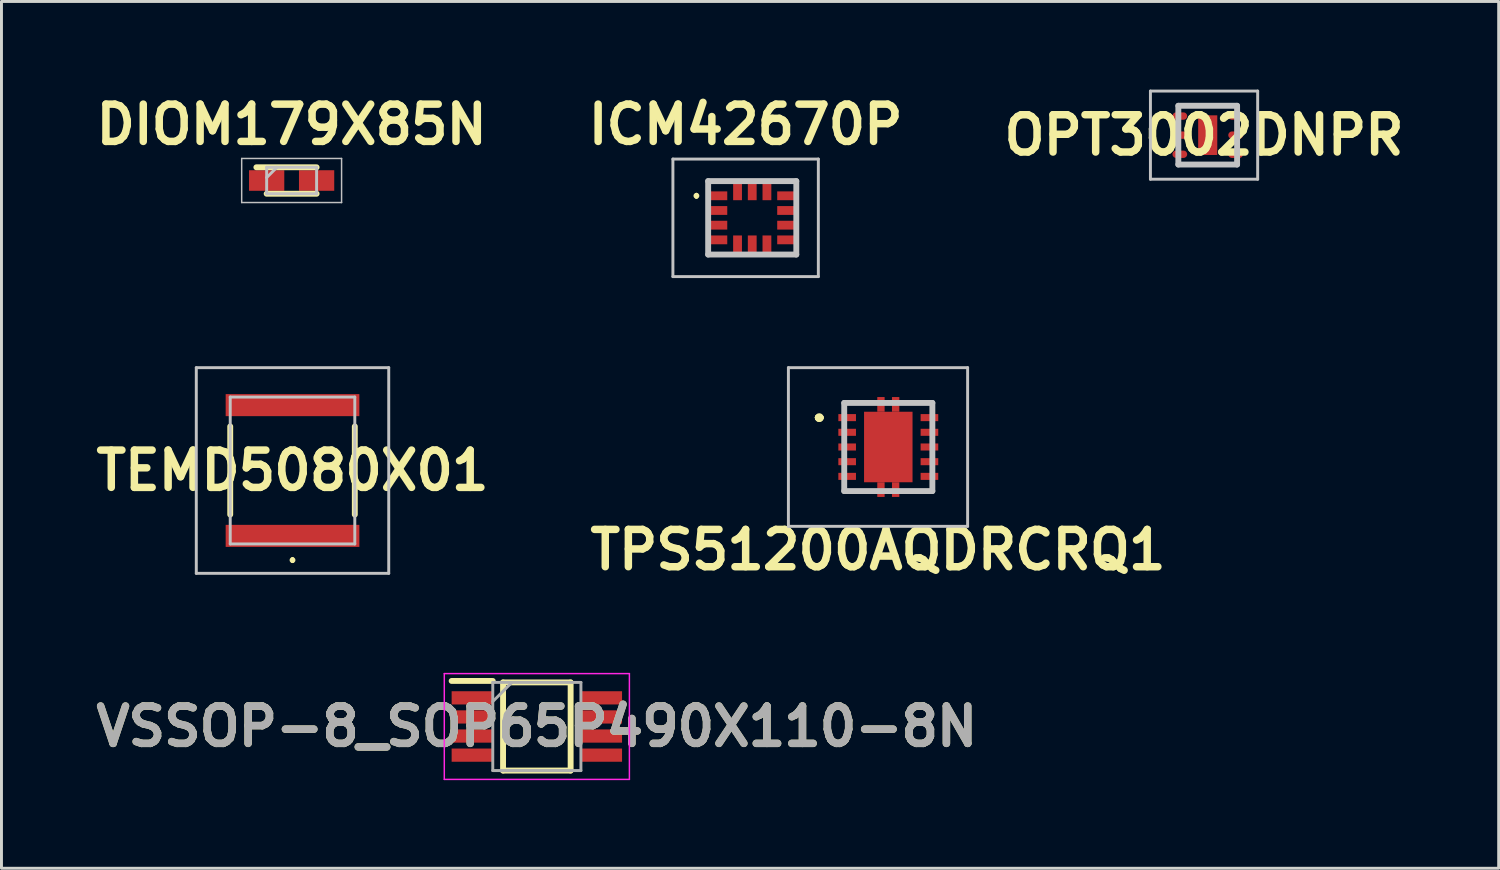
<source format=kicad_pcb>
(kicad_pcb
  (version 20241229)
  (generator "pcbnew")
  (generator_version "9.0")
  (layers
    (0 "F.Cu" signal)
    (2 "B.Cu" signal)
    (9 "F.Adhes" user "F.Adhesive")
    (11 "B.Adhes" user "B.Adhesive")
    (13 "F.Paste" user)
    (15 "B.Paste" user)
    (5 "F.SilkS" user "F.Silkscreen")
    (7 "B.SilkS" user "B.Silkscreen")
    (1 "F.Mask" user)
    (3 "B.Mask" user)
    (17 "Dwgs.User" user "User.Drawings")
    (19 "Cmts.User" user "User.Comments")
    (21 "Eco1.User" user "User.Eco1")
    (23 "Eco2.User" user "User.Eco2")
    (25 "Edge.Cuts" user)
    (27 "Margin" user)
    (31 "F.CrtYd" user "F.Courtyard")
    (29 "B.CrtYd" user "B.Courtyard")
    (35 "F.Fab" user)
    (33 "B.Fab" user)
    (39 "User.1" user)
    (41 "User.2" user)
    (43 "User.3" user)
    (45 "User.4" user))
  (footprint "ICM42670P"
    (layer "F.Cu")
    (at 22.553 4.364)
    (property "Reference" "ICM42670P" (at -0.225 -3.175 0) (layer "F.SilkS") (effects (font (size 1.27 1.27) (thickness 0.254))))
    (attr smd)
    (fp_line (start -1.9 -0.8) (end -1.9 -0.8) (stroke (width 0.1) (type solid)) (layer "F.SilkS"))
    (fp_line (start -1.9 -0.7) (end -1.9 -0.7) (stroke (width 0.1) (type solid)) (layer "F.SilkS"))
    (fp_line (start -1.5 -1.25) (end -0.8 -1.25) (stroke (width 0.1) (type solid)) (layer "F.SilkS"))
    (fp_line (start -1.5 -1) (end -1.5 -1.25) (stroke (width 0.1) (type solid)) (layer "F.SilkS"))
    (fp_line (start -1.5 1.1) (end -1.5 1.25) (stroke (width 0.1) (type solid)) (layer "F.SilkS"))
    (fp_line (start -1.5 1.25) (end -0.8 1.25) (stroke (width 0.1) (type solid)) (layer "F.SilkS"))
    (fp_line (start 0.8 -1.25) (end 1.5 -1.25) (stroke (width 0.1) (type solid)) (layer "F.SilkS"))
    (fp_line (start 0.8 1.25) (end 1.5 1.25) (stroke (width 0.1) (type solid)) (layer "F.SilkS"))
    (fp_line (start 1.5 -1.25) (end 1.5 -1) (stroke (width 0.1) (type solid)) (layer "F.SilkS"))
    (fp_line (start 1.5 1.25) (end 1.5 1) (stroke (width 0.1) (type solid)) (layer "F.SilkS"))
    (fp_arc (start -1.9 -0.8) (mid -1.85 -0.75) (end -1.9 -0.7) (stroke (width 0.1) (type solid)) (layer "F.SilkS"))
    (fp_arc (start -1.9 -0.7) (mid -1.95 -0.75) (end -1.9 -0.8) (stroke (width 0.1) (type solid)) (layer "F.SilkS"))
    (fp_line (start -2.7 -2) (end 2.25 -2) (stroke (width 0.1) (type solid)) (layer "Dwgs.User"))
    (fp_line (start -2.7 2) (end -2.7 -2) (stroke (width 0.1) (type solid)) (layer "Dwgs.User"))
    (fp_line (start -1.5 -1.25) (end 1.5 -1.25) (stroke (width 0.2) (type solid)) (layer "Dwgs.User"))
    (fp_line (start -1.5 1.25) (end -1.5 -1.25) (stroke (width 0.2) (type solid)) (layer "Dwgs.User"))
    (fp_line (start 1.5 -1.25) (end 1.5 1.25) (stroke (width 0.2) (type solid)) (layer "Dwgs.User"))
    (fp_line (start 1.5 1.25) (end -1.5 1.25) (stroke (width 0.2) (type solid)) (layer "Dwgs.User"))
    (fp_line (start 2.25 -2) (end 2.25 2) (stroke (width 0.1) (type solid)) (layer "Dwgs.User"))
    (fp_line (start 2.25 2) (end -2.7 2) (stroke (width 0.1) (type solid)) (layer "Dwgs.User"))
    (pad "1" smd rect (at -1.15 -0.75 90) (size 0.3 0.6) (layers "F.Cu" "F.Mask" "F.Paste"))
    (pad "2" smd rect (at -1.15 -0.25 90) (size 0.3 0.6) (layers "F.Cu" "F.Mask" "F.Paste"))
    (pad "3" smd rect (at -1.15 0.25 90) (size 0.3 0.6) (layers "F.Cu" "F.Mask" "F.Paste"))
    (pad "4" smd rect (at -1.15 0.75 90) (size 0.3 0.6) (layers "F.Cu" "F.Mask" "F.Paste"))
    (pad "5" smd rect (at -0.5 0.9) (size 0.3 0.6) (layers "F.Cu" "F.Mask" "F.Paste"))
    (pad "6" smd rect (at 0 0.9) (size 0.3 0.6) (layers "F.Cu" "F.Mask" "F.Paste"))
    (pad "7" smd rect (at 0.5 0.9) (size 0.3 0.6) (layers "F.Cu" "F.Mask" "F.Paste"))
    (pad "8" smd rect (at 1.15 0.75 90) (size 0.3 0.6) (layers "F.Cu" "F.Mask" "F.Paste"))
    (pad "9" smd rect (at 1.15 0.25 90) (size 0.3 0.6) (layers "F.Cu" "F.Mask" "F.Paste"))
    (pad "10" smd rect (at 1.15 -0.25 90) (size 0.3 0.6) (layers "F.Cu" "F.Mask" "F.Paste"))
    (pad "11" smd rect (at 1.15 -0.75 90) (size 0.3 0.6) (layers "F.Cu" "F.Mask" "F.Paste"))
    (pad "12" smd rect (at 0.5 -0.9) (size 0.3 0.6) (layers "F.Cu" "F.Mask" "F.Paste"))
    (pad "13" smd rect (at 0 -0.9) (size 0.3 0.6) (layers "F.Cu" "F.Mask" "F.Paste"))
    (pad "14" smd rect (at -0.5 -0.9) (size 0.3 0.6) (layers "F.Cu" "F.Mask" "F.Paste")))
  (footprint "TPS51200AQDRCRQ1"
    (layer "F.Cu")
    (at 27.184 12.164)
    (property "Reference" "TPS51200AQDRCRQ1" (at -0.35 3.5 0) (layer "F.SilkS") (effects (font (size 1.27 1.27) (thickness 0.254))))
    (attr smd)
    (fp_line (start -2.4 -1) (end -2.4 -1) (stroke (width 0.2) (type solid)) (layer "F.SilkS"))
    (fp_line (start -2.4 -1) (end -2.4 -1) (stroke (width 0.2) (type solid)) (layer "F.SilkS"))
    (fp_line (start -2.3 -1) (end -2.3 -1) (stroke (width 0.2) (type solid)) (layer "F.SilkS"))
    (fp_arc (start -2.4 -1) (mid -2.35 -1.05) (end -2.3 -1) (stroke (width 0.2) (type solid)) (layer "F.SilkS"))
    (fp_arc (start -2.3 -1) (mid -2.35 -0.95) (end -2.4 -1) (stroke (width 0.2) (type solid)) (layer "F.SilkS"))
    (fp_arc (start -2.3 -1) (mid -2.35 -0.95) (end -2.4 -1) (stroke (width 0.2) (type solid)) (layer "F.SilkS"))
    (fp_line (start -3.4 -2.7) (end 2.7 -2.7) (stroke (width 0.1) (type solid)) (layer "Dwgs.User"))
    (fp_line (start -3.4 2.7) (end -3.4 -2.7) (stroke (width 0.1) (type solid)) (layer "Dwgs.User"))
    (fp_line (start -1.5 -1.5) (end -1.5 1.5) (stroke (width 0.2) (type solid)) (layer "Dwgs.User"))
    (fp_line (start -1.5 1.5) (end 1.5 1.5) (stroke (width 0.2) (type solid)) (layer "Dwgs.User"))
    (fp_line (start 1.5 -1.5) (end -1.5 -1.5) (stroke (width 0.2) (type solid)) (layer "Dwgs.User"))
    (fp_line (start 1.5 1.5) (end 1.5 -1.5) (stroke (width 0.2) (type solid)) (layer "Dwgs.User"))
    (fp_line (start 2.7 -2.7) (end 2.7 2.7) (stroke (width 0.1) (type solid)) (layer "Dwgs.User"))
    (fp_line (start 2.7 2.7) (end -3.4 2.7) (stroke (width 0.1) (type solid)) (layer "Dwgs.User"))
    (pad "1" smd rect (at -1.4 -1 90) (size 0.24 0.6) (layers "F.Cu" "F.Mask" "F.Paste"))
    (pad "2" smd rect (at -1.4 -0.5 90) (size 0.24 0.6) (layers "F.Cu" "F.Mask" "F.Paste"))
    (pad "3" smd rect (at -1.4 0 90) (size 0.24 0.6) (layers "F.Cu" "F.Mask" "F.Paste"))
    (pad "4" smd rect (at -1.4 0.5 90) (size 0.24 0.6) (layers "F.Cu" "F.Mask" "F.Paste"))
    (pad "5" smd rect (at -1.4 1 90) (size 0.24 0.6) (layers "F.Cu" "F.Mask" "F.Paste"))
    (pad "6" smd rect (at 1.4 1 90) (size 0.24 0.6) (layers "F.Cu" "F.Mask" "F.Paste"))
    (pad "7" smd rect (at 1.4 0.5 90) (size 0.24 0.6) (layers "F.Cu" "F.Mask" "F.Paste"))
    (pad "8" smd rect (at 1.4 0 90) (size 0.24 0.6) (layers "F.Cu" "F.Mask" "F.Paste"))
    (pad "9" smd rect (at 1.4 -0.5 90) (size 0.24 0.6) (layers "F.Cu" "F.Mask" "F.Paste"))
    (pad "10" smd rect (at 1.4 -1 90) (size 0.24 0.6) (layers "F.Cu" "F.Mask" "F.Paste"))
    (pad "11" smd rect (at 0 0) (size 1.65 2.4) (layers "F.Cu" "F.Mask" "F.Paste"))
    (pad "12" smd rect (at -0.25 1.45) (size 0.25 0.5) (layers "F.Cu" "F.Mask" "F.Paste"))
    (pad "13" smd rect (at 0.25 1.45) (size 0.25 0.5) (layers "F.Cu" "F.Mask" "F.Paste"))
    (pad "14" smd rect (at 0.25 -1.45) (size 0.25 0.5) (layers "F.Cu" "F.Mask" "F.Paste"))
    (pad "15" smd rect (at -0.25 -1.45) (size 0.25 0.5) (layers "F.Cu" "F.Mask" "F.Paste")))
  (footprint "OPT3002DNPR"
    (layer "F.Cu")
    (at 37.931 1.55)
    (property "Reference" "OPT3002DNPR" (at 0 0 0) (layer "F.SilkS") (effects (font (size 1.27 1.27) (thickness 0.254))))
    (attr smd)
    (fp_line (start -1.275 -0.7) (end -1.275 -0.7) (stroke (width 0.1) (type solid)) (layer "F.SilkS"))
    (fp_line (start -1.275 -0.6) (end -1.275 -0.6) (stroke (width 0.1) (type solid)) (layer "F.SilkS"))
    (fp_line (start -0.775 -1) (end 1.025 -1) (stroke (width 0.1) (type solid)) (layer "F.SilkS"))
    (fp_line (start -0.775 1) (end 1.025 1) (stroke (width 0.1) (type solid)) (layer "F.SilkS"))
    (fp_arc (start -1.275 -0.7) (mid -1.225 -0.65) (end -1.275 -0.6) (stroke (width 0.1) (type solid)) (layer "F.SilkS"))
    (fp_arc (start -1.275 -0.6) (mid -1.325 -0.65) (end -1.275 -0.7) (stroke (width 0.1) (type solid)) (layer "F.SilkS"))
    (fp_line (start -1.825 -1.5) (end 1.825 -1.5) (stroke (width 0.1) (type solid)) (layer "Dwgs.User"))
    (fp_line (start -1.825 1.5) (end -1.825 -1.5) (stroke (width 0.1) (type solid)) (layer "Dwgs.User"))
    (fp_line (start -0.875 -1) (end 1.125 -1) (stroke (width 0.2) (type solid)) (layer "Dwgs.User"))
    (fp_line (start -0.875 1) (end -0.875 -1) (stroke (width 0.2) (type solid)) (layer "Dwgs.User"))
    (fp_line (start 1.125 -1) (end 1.125 1) (stroke (width 0.2) (type solid)) (layer "Dwgs.User"))
    (fp_line (start 1.125 1) (end -0.875 1) (stroke (width 0.2) (type solid)) (layer "Dwgs.User"))
    (fp_line (start 1.825 -1.5) (end 1.825 1.5) (stroke (width 0.1) (type solid)) (layer "Dwgs.User"))
    (fp_line (start 1.825 1.5) (end -1.825 1.5) (stroke (width 0.1) (type solid)) (layer "Dwgs.User"))
    (pad "1" smd oval (at -0.825 -0.65 90) (size 0.25 0.5) (layers "F.Cu" "F.Mask" "F.Paste"))
    (pad "2" smd oval (at -0.825 0 90) (size 0.25 0.5) (layers "F.Cu" "F.Mask" "F.Paste"))
    (pad "3" smd oval (at -0.825 0.65 90) (size 0.25 0.5) (layers "F.Cu" "F.Mask" "F.Paste"))
    (pad "4" smd oval (at 1.075 0.65 90) (size 0.25 0.5) (layers "F.Cu" "F.Mask" "F.Paste"))
    (pad "5" smd oval (at 1.075 0 90) (size 0.25 0.5) (layers "F.Cu" "F.Mask" "F.Paste"))
    (pad "6" smd oval (at 1.075 -0.65 90) (size 0.25 0.5) (layers "F.Cu" "F.Mask" "F.Paste"))
    (pad "7" smd rect (at 0.125 0) (size 0.65 1.35) (layers "F.Cu" "F.Mask" "F.Paste")))
  (footprint "DIOM179X85N"
    (layer "F.Cu")
    (at 6.876 3.094)
    (property "Reference" "DIOM179X85N" (at 0 -1.905 0) (layer "F.SilkS") (effects (font (size 1.27 1.27) (thickness 0.254))))
    (attr smd)
    (fp_line (start -0.85 0.45) (end 0.85 0.45) (stroke (width 0.2) (type solid)) (layer "F.SilkS"))
    (fp_line (start 0.85 -0.45) (end -1.2 -0.45) (stroke (width 0.2) (type solid)) (layer "F.SilkS"))
    (fp_line (start -1.7 -0.75) (end 1.7 -0.75) (stroke (width 0.05) (type solid)) (layer "Dwgs.User"))
    (fp_line (start -1.7 0.75) (end -1.7 -0.75) (stroke (width 0.05) (type solid)) (layer "Dwgs.User"))
    (fp_line (start -0.85 -0.45) (end 0.85 -0.45) (stroke (width 0.1) (type solid)) (layer "Dwgs.User"))
    (fp_line (start -0.85 -0.1) (end -0.5 -0.45) (stroke (width 0.1) (type solid)) (layer "Dwgs.User"))
    (fp_line (start -0.85 0.45) (end -0.85 -0.45) (stroke (width 0.1) (type solid)) (layer "Dwgs.User"))
    (fp_line (start 0.85 -0.45) (end 0.85 0.45) (stroke (width 0.1) (type solid)) (layer "Dwgs.User"))
    (fp_line (start 0.85 0.45) (end -0.85 0.45) (stroke (width 0.1) (type solid)) (layer "Dwgs.User"))
    (fp_line (start 1.7 -0.75) (end 1.7 0.75) (stroke (width 0.05) (type solid)) (layer "Dwgs.User"))
    (fp_line (start 1.7 0.75) (end -1.7 0.75) (stroke (width 0.05) (type solid)) (layer "Dwgs.User"))
    (pad "1" smd rect (at -0.85 0 90) (size 0.7 1.2) (layers "F.Cu" "F.Mask" "F.Paste"))
    (pad "2" smd rect (at 0.85 0 90) (size 0.7 1.2) (layers "F.Cu" "F.Mask" "F.Paste")))
  (footprint "TEMD5080X01"
    (layer "F.Cu")
    (at 6.906 12.964)
    (property "Reference" "TEMD5080X01" (at 0 0 0) (layer "F.SilkS") (effects (font (size 1.27 1.27) (thickness 0.254))))
    (attr smd)
    (fp_line (start -2.12 -1.5) (end -2.12 1.5) (stroke (width 0.2) (type solid)) (layer "F.SilkS"))
    (fp_line (start 0 3) (end 0 3) (stroke (width 0.1) (type solid)) (layer "F.SilkS"))
    (fp_line (start 0 3.1) (end 0 3.1) (stroke (width 0.1) (type solid)) (layer "F.SilkS"))
    (fp_line (start 2.12 -1.5) (end 2.12 1.5) (stroke (width 0.2) (type solid)) (layer "F.SilkS"))
    (fp_arc (start 0 3) (mid 0.05 3.05) (end 0 3.1) (stroke (width 0.1) (type solid)) (layer "F.SilkS"))
    (fp_arc (start 0 3.1) (mid -0.05 3.05) (end 0 3) (stroke (width 0.1) (type solid)) (layer "F.SilkS"))
    (fp_line (start -3.275 -3.5) (end 3.275 -3.5) (stroke (width 0.1) (type solid)) (layer "Dwgs.User"))
    (fp_line (start -3.275 3.5) (end -3.275 -3.5) (stroke (width 0.1) (type solid)) (layer "Dwgs.User"))
    (fp_line (start -2.12 -2.5) (end 2.12 -2.5) (stroke (width 0.1) (type solid)) (layer "Dwgs.User"))
    (fp_line (start -2.12 2.5) (end -2.12 -2.5) (stroke (width 0.1) (type solid)) (layer "Dwgs.User"))
    (fp_line (start 2.12 -2.5) (end 2.12 2.5) (stroke (width 0.1) (type solid)) (layer "Dwgs.User"))
    (fp_line (start 2.12 2.5) (end -2.12 2.5) (stroke (width 0.1) (type solid)) (layer "Dwgs.User"))
    (fp_line (start 3.275 -3.5) (end 3.275 3.5) (stroke (width 0.1) (type solid)) (layer "Dwgs.User"))
    (fp_line (start 3.275 3.5) (end -3.275 3.5) (stroke (width 0.1) (type solid)) (layer "Dwgs.User"))
    (pad "1" smd rect (at 0 2.225 90) (size 0.75 4.55) (layers "F.Cu" "F.Mask" "F.Paste"))
    (pad "2" smd rect (at 0 -2.225 90) (size 0.75 4.55) (layers "F.Cu" "F.Mask" "F.Paste")))
  (footprint "VSSOP-8_SOP65P490X110-8N"
    (layer "F.Cu")
    (at 15.222 21.677)
    (property "Reference" "VSSOP-8_SOP65P490X110-8N" (at 0 0 0) (layer "F.SilkS") (effects (font (size 1.27 1.27) (thickness 0.254))))
    (attr smd)
    (fp_line (start -2.9 -1.55) (end -1.5 -1.55) (stroke (width 0.2) (type solid)) (layer "F.SilkS"))
    (fp_line (start -1.15 -1.5) (end 1.15 -1.5) (stroke (width 0.2) (type solid)) (layer "F.SilkS"))
    (fp_line (start -1.15 1.5) (end -1.15 -1.5) (stroke (width 0.2) (type solid)) (layer "F.SilkS"))
    (fp_line (start 1.15 -1.5) (end 1.15 1.5) (stroke (width 0.2) (type solid)) (layer "F.SilkS"))
    (fp_line (start 1.15 1.5) (end -1.15 1.5) (stroke (width 0.2) (type solid)) (layer "F.SilkS"))
    (fp_line (start -3.15 -1.8) (end 3.15 -1.8) (stroke (width 0.05) (type solid)) (layer "F.CrtYd"))
    (fp_line (start -3.15 1.8) (end -3.15 -1.8) (stroke (width 0.05) (type solid)) (layer "F.CrtYd"))
    (fp_line (start 3.15 -1.8) (end 3.15 1.8) (stroke (width 0.05) (type solid)) (layer "F.CrtYd"))
    (fp_line (start 3.15 1.8) (end -3.15 1.8) (stroke (width 0.05) (type solid)) (layer "F.CrtYd"))
    (fp_line (start -1.5 -1.5) (end 1.5 -1.5) (stroke (width 0.1) (type solid)) (layer "F.Fab"))
    (fp_line (start -1.5 -0.85) (end -0.85 -1.5) (stroke (width 0.1) (type solid)) (layer "F.Fab"))
    (fp_line (start -1.5 1.5) (end -1.5 -1.5) (stroke (width 0.1) (type solid)) (layer "F.Fab"))
    (fp_line (start 1.5 -1.5) (end 1.5 1.5) (stroke (width 0.1) (type solid)) (layer "F.Fab"))
    (fp_line (start 1.5 1.5) (end -1.5 1.5) (stroke (width 0.1) (type solid)) (layer "F.Fab"))
    (fp_text user "${REFERENCE}" (at 0 0 0) (layer "F.Fab") (effects (font (size 1.27 1.27) (thickness 0.254))))
    (pad "1" smd rect (at -2.2 -0.975 90) (size 0.45 1.4) (layers "F.Cu" "F.Mask" "F.Paste"))
    (pad "2" smd rect (at -2.2 -0.325 90) (size 0.45 1.4) (layers "F.Cu" "F.Mask" "F.Paste"))
    (pad "3" smd rect (at -2.2 0.325 90) (size 0.45 1.4) (layers "F.Cu" "F.Mask" "F.Paste"))
    (pad "4" smd rect (at -2.2 0.975 90) (size 0.45 1.4) (layers "F.Cu" "F.Mask" "F.Paste"))
    (pad "5" smd rect (at 2.2 0.975 90) (size 0.45 1.4) (layers "F.Cu" "F.Mask" "F.Paste"))
    (pad "6" smd rect (at 2.2 0.325 90) (size 0.45 1.4) (layers "F.Cu" "F.Mask" "F.Paste"))
    (pad "7" smd rect (at 2.2 -0.325 90) (size 0.45 1.4) (layers "F.Cu" "F.Mask" "F.Paste"))
    (pad "8" smd rect (at 2.2 -0.975 90) (size 0.45 1.4) (layers "F.Cu" "F.Mask" "F.Paste")))
  (gr_rect
    (start -3 -3)
    (end 47.959 26.502)
    (stroke (width 0.1) (type default))
    (fill no)
    (layer "Edge.Cuts")))
</source>
